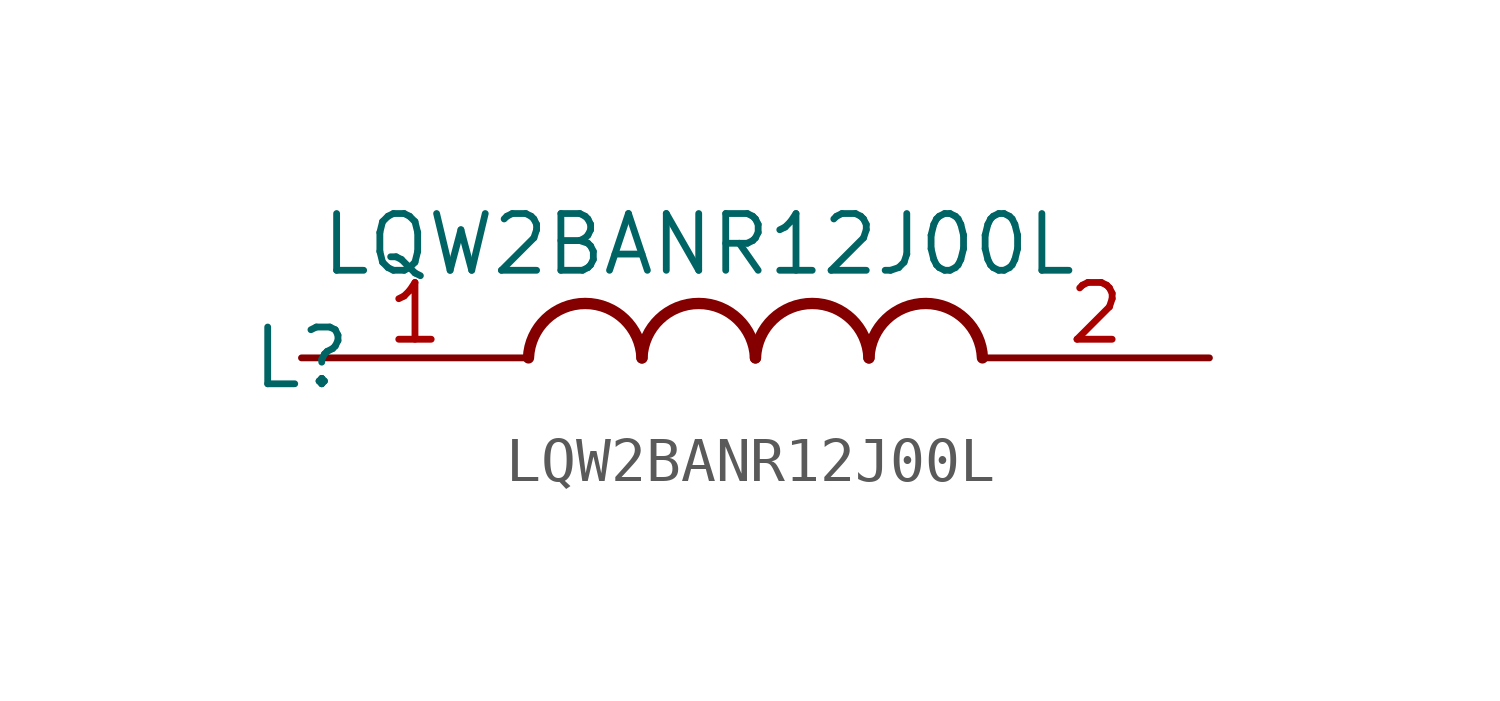
<source format=kicad_sym>
(kicad_symbol_lib
  (version 20211014)
  (generator kicad_symbol_editor)
  (symbol "LQW2BANR12J00L"
    (pin_names hide)
    (property "Reference" "L"
      (at 0 0 0)
      (effects (font (size 1.27 1.27))))
    (property "Value" "LQW2BANR12J00L"
      (at 8.89 2.54 0)
      (effects (font (size 1.27 1.27))))
    (symbol "LQW2BANR12J00L_1_1"
      (arc (start 7.62 0) (mid 6.35 1.219) (end 5.08 0) (stroke (width 0.254) (type default) (color 0 0 0 0)) (fill (type none)))
      (arc (start 10.16 0) (mid 8.89 1.219) (end 7.62 0) (stroke (width 0.254) (type default) (color 0 0 0 0)) (fill (type none)))
      (arc (start 12.7 0) (mid 11.43 1.219) (end 10.16 0) (stroke (width 0.254) (type default) (color 0 0 0 0)) (fill (type none)))
      (arc (start 15.24 0) (mid 13.97 1.219) (end 12.7 0) (stroke (width 0.254) (type default) (color 0 0 0 0)) (fill (type none)))
      (pin passive line (at 0 0 0) (length 5.08) (name "1" (effects (font (size 1.27 1.27)))) (number "1" (effects (font (size 1.27 1.27)))))
      (pin passive line (at 20.32 0 180) (length 5.08) (name "2" (effects (font (size 1.27 1.27)))) (number "2" (effects (font (size 1.27 1.27))))))))
</source>
